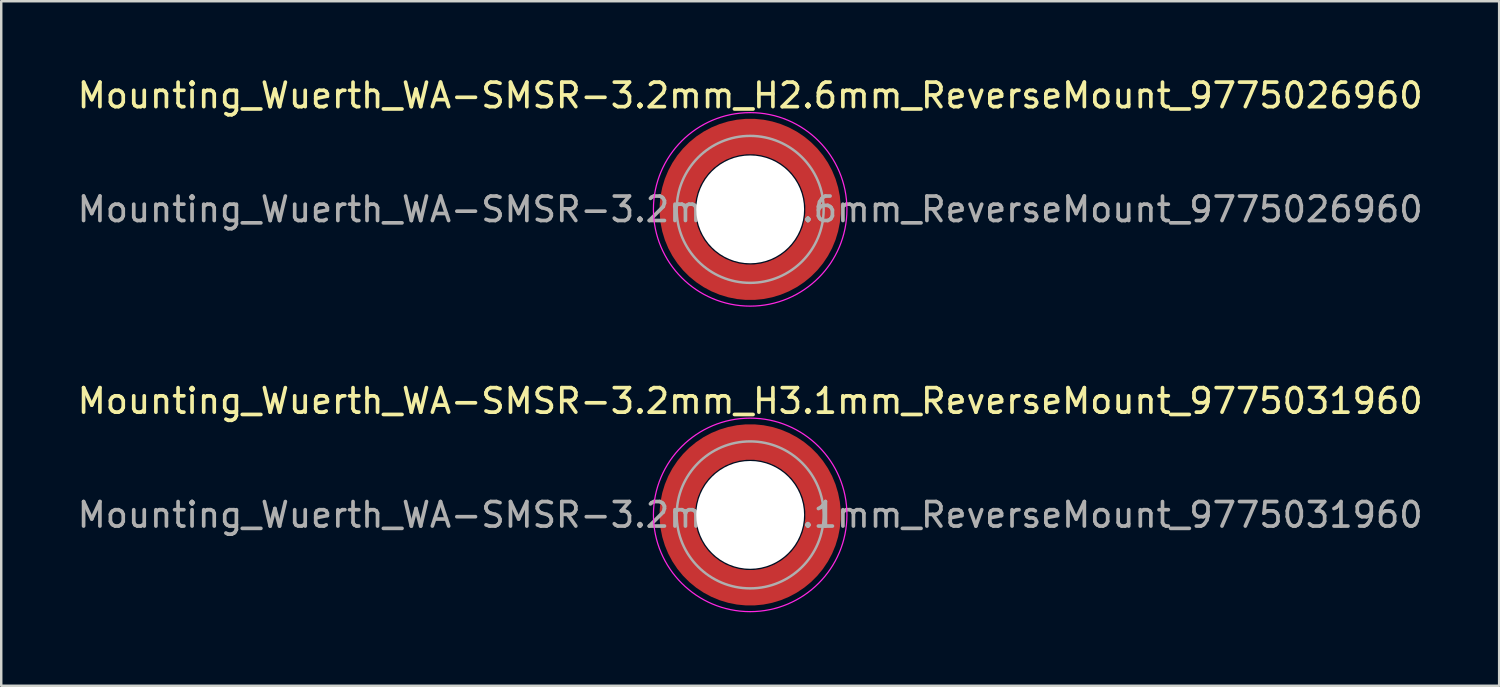
<source format=kicad_pcb>
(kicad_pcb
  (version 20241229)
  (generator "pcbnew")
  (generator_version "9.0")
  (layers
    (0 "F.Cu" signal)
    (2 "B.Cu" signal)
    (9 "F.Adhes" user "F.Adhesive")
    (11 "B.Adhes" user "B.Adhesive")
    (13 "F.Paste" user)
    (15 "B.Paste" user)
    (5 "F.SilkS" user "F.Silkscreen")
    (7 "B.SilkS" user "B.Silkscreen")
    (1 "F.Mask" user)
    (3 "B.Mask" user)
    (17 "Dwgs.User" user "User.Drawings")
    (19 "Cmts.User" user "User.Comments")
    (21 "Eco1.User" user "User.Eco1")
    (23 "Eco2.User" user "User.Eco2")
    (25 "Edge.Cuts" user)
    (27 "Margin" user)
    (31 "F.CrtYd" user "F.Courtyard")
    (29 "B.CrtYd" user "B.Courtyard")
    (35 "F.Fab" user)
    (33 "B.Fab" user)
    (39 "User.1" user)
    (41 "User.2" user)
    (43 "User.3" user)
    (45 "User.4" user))
  (footprint "Mounting_Wuerth_WA-SMSR-3.2mm_H2.6mm_ReverseMount_9775026960"
    (layer "F.Cu")
    (at 27.577 5.498)
    (property "Reference" "Mounting_Wuerth_WA-SMSR-3.2mm_H2.6mm_ReverseMount_9775026960" (at 0 -4.65 0) (layer "F.SilkS") (effects (font (size 1 1) (thickness 0.15))))
    (attr smd allow_soldermask_bridges)
    (fp_circle (center 0 0) (end 3.95 0) (stroke (width 0.05) (type solid)) (fill no) (layer "F.CrtYd"))
    (fp_circle (center 0 0) (end 3 0) (stroke (width 0.1) (type solid)) (fill no) (layer "F.Fab"))
    (fp_text user "${REFERENCE}" (at 0 0 0) (layer "F.Fab") (effects (font (size 1 1) (thickness 0.15))))
    (pad "" smd custom (at -2.095 -2.095) (size 0.672 0.672) (layers "F.Paste") (options (anchor circle)) (primitives (gr_arc (start -0.24231 1.594804) (mid 0.404819 0.404819) (end 1.594804 -0.24231) (width 0.2)) (gr_arc (start -0.3398 1.594804) (mid 0.337349 0.337349) (end 1.594804 -0.3398) (width 0.2)) (gr_arc (start -0.437132 1.594804) (mid 0.269879 0.269879) (end 1.594804 -0.437132) (width 0.2)) (gr_arc (start -0.534324 1.594804) (mid 0.202409 0.202409) (end 1.594804 -0.534324) (width 0.2)) (gr_arc (start -0.631391 1.594804) (mid 0.13494 0.13494) (end 1.594804 -0.631391) (width 0.2)) (gr_arc (start -0.728345 1.594804) (mid 0.06747 0.06747) (end 1.594804 -0.728345) (width 0.2)) (gr_arc (start -0.825197 1.594804) (mid 0 0) (end 1.594804 -0.825197) (width 0.2)) (gr_arc (start -0.921958 1.594804) (mid -0.06747 -0.06747) (end 1.594804 -0.921958) (width 0.2)) (gr_arc (start -1.018637 1.594804) (mid -0.13494 -0.13494) (end 1.594804 -1.018637) (width 0.2)) (gr_arc (start -1.115239 1.594804) (mid -0.202409 -0.202409) (end 1.594804 -1.115239) (width 0.2)) (gr_arc (start -1.211773 1.594804) (mid -0.269879 -0.269879) (end 1.594804 -1.211773) (width 0.2)) (gr_arc (start -1.308244 1.594804) (mid -0.337349 -0.337349) (end 1.594804 -1.308244) (width 0.2)) (gr_arc (start -1.404657 1.594804) (mid -0.404819 -0.404819) (end 1.594804 -1.404657) (width 0.2)) (gr_arc (start -1.404657 1.594804) (mid -0.404819 -0.404819) (end 1.594804 -1.404657) (width 0.2)) (gr_line (start 1.595 -0.242) (end 1.595 -1.405) (width 0.2)) (gr_line (start -0.242 1.595) (end -1.405 1.595) (width 0.2))))
    (pad "" smd custom (at -2.095 2.095) (size 0.672 0.672) (layers "F.Paste") (options (anchor circle)) (primitives (gr_arc (start 1.594804 0.24231) (mid 0.404819 -0.404819) (end -0.24231 -1.594804) (width 0.2)) (gr_arc (start 1.594804 0.3398) (mid 0.337349 -0.337349) (end -0.3398 -1.594804) (width 0.2)) (gr_arc (start 1.594804 0.437132) (mid 0.269879 -0.269879) (end -0.437132 -1.594804) (width 0.2)) (gr_arc (start 1.594804 0.534324) (mid 0.202409 -0.202409) (end -0.534324 -1.594804) (width 0.2)) (gr_arc (start 1.594804 0.631391) (mid 0.13494 -0.13494) (end -0.631391 -1.594804) (width 0.2)) (gr_arc (start 1.594804 0.728345) (mid 0.06747 -0.06747) (end -0.728345 -1.594804) (width 0.2)) (gr_arc (start 1.594804 0.825197) (mid 0 0) (end -0.825197 -1.594804) (width 0.2)) (gr_arc (start 1.594804 0.921958) (mid -0.06747 0.06747) (end -0.921958 -1.594804) (width 0.2)) (gr_arc (start 1.594804 1.018637) (mid -0.13494 0.13494) (end -1.018637 -1.594804) (width 0.2)) (gr_arc (start 1.594804 1.115239) (mid -0.202409 0.202409) (end -1.115239 -1.594804) (width 0.2)) (gr_arc (start 1.594804 1.211773) (mid -0.269879 0.269879) (end -1.211773 -1.594804) (width 0.2)) (gr_arc (start 1.594804 1.308244) (mid -0.337349 0.337349) (end -1.308244 -1.594804) (width 0.2)) (gr_arc (start 1.594804 1.404657) (mid -0.404819 0.404819) (end -1.404657 -1.594804) (width 0.2)) (gr_arc (start 1.594804 1.404657) (mid -0.404819 0.404819) (end -1.404657 -1.594804) (width 0.2)) (gr_line (start -0.242 -1.595) (end -1.405 -1.595) (width 0.2)) (gr_line (start 1.595 0.242) (end 1.595 1.405) (width 0.2))))
    (pad "" np_thru_hole circle (at 0 0) (size 4.4 4.4) (drill 4.4) (layers "*.Cu" "*.Mask"))
    (pad "" smd custom (at 2.095 -2.095) (size 0.672 0.672) (layers "F.Paste") (options (anchor circle)) (primitives (gr_arc (start -1.594804 -0.24231) (mid -0.404819 0.404819) (end 0.24231 1.594804) (width 0.2)) (gr_arc (start -1.594804 -0.3398) (mid -0.337349 0.337349) (end 0.3398 1.594804) (width 0.2)) (gr_arc (start -1.594804 -0.437132) (mid -0.269879 0.269879) (end 0.437132 1.594804) (width 0.2)) (gr_arc (start -1.594804 -0.534324) (mid -0.202409 0.202409) (end 0.534324 1.594804) (width 0.2)) (gr_arc (start -1.594804 -0.631391) (mid -0.13494 0.13494) (end 0.631391 1.594804) (width 0.2)) (gr_arc (start -1.594804 -0.728345) (mid -0.06747 0.06747) (end 0.728345 1.594804) (width 0.2)) (gr_arc (start -1.594804 -0.825197) (mid 0 0) (end 0.825197 1.594804) (width 0.2)) (gr_arc (start -1.594804 -0.921958) (mid 0.06747 -0.06747) (end 0.921958 1.594804) (width 0.2)) (gr_arc (start -1.594804 -1.018637) (mid 0.13494 -0.13494) (end 1.018637 1.594804) (width 0.2)) (gr_arc (start -1.594804 -1.115239) (mid 0.202409 -0.202409) (end 1.115239 1.594804) (width 0.2)) (gr_arc (start -1.594804 -1.211773) (mid 0.269879 -0.269879) (end 1.211773 1.594804) (width 0.2)) (gr_arc (start -1.594804 -1.308244) (mid 0.337349 -0.337349) (end 1.308244 1.594804) (width 0.2)) (gr_arc (start -1.594804 -1.404657) (mid 0.404819 -0.404819) (end 1.404657 1.594804) (width 0.2)) (gr_arc (start -1.594804 -1.404657) (mid 0.404819 -0.404819) (end 1.404657 1.594804) (width 0.2)) (gr_line (start 0.242 1.595) (end 1.405 1.595) (width 0.2)) (gr_line (start -1.595 -0.242) (end -1.595 -1.405) (width 0.2))))
    (pad "" smd custom (at 2.095 2.095) (size 0.672 0.672) (layers "F.Paste") (options (anchor circle)) (primitives (gr_arc (start 0.24231 -1.594804) (mid -0.404819 -0.404819) (end -1.594804 0.24231) (width 0.2)) (gr_arc (start 0.3398 -1.594804) (mid -0.337349 -0.337349) (end -1.594804 0.3398) (width 0.2)) (gr_arc (start 0.437132 -1.594804) (mid -0.269879 -0.269879) (end -1.594804 0.437132) (width 0.2)) (gr_arc (start 0.534324 -1.594804) (mid -0.202409 -0.202409) (end -1.594804 0.534324) (width 0.2)) (gr_arc (start 0.631391 -1.594804) (mid -0.13494 -0.13494) (end -1.594804 0.631391) (width 0.2)) (gr_arc (start 0.728345 -1.594804) (mid -0.06747 -0.06747) (end -1.594804 0.728345) (width 0.2)) (gr_arc (start 0.825197 -1.594804) (mid 0 0) (end -1.594804 0.825197) (width 0.2)) (gr_arc (start 0.921958 -1.594804) (mid 0.06747 0.06747) (end -1.594804 0.921958) (width 0.2)) (gr_arc (start 1.018637 -1.594804) (mid 0.13494 0.13494) (end -1.594804 1.018637) (width 0.2)) (gr_arc (start 1.115239 -1.594804) (mid 0.202409 0.202409) (end -1.594804 1.115239) (width 0.2)) (gr_arc (start 1.211773 -1.594804) (mid 0.269879 0.269879) (end -1.594804 1.211773) (width 0.2)) (gr_arc (start 1.308244 -1.594804) (mid 0.337349 0.337349) (end -1.594804 1.308244) (width 0.2)) (gr_arc (start 1.404657 -1.594804) (mid 0.404819 0.404819) (end -1.594804 1.404657) (width 0.2)) (gr_arc (start 1.404657 -1.594804) (mid 0.404819 0.404819) (end -1.594804 1.404657) (width 0.2)) (gr_line (start -1.595 0.242) (end -1.595 1.405) (width 0.2)) (gr_line (start 0.242 -1.595) (end 1.405 -1.595) (width 0.2))))
    (pad "1" smd circle (at -2.975 0) (size 0.942 0.942) (layers "F.Cu"))
    (pad "1" smd circle (at 0 -2.975) (size 0.942 0.942) (layers "F.Cu"))
    (pad "1" smd circle (at 0 2.975) (size 0.942 0.942) (layers "F.Cu"))
    (pad "1" smd custom (at 2.975 0) (size 1.45 1.45) (layers "F.Cu" "F.Mask") (options (anchor circle)) (primitives (gr_circle (center -2.975 0) (end 0 0) (width 1.45) (fill no)))))
  (footprint "Mounting_Wuerth_WA-SMSR-3.2mm_H3.1mm_ReverseMount_9775031960"
    (layer "F.Cu")
    (at 27.577 17.971)
    (property "Reference" "Mounting_Wuerth_WA-SMSR-3.2mm_H3.1mm_ReverseMount_9775031960" (at 0 -4.65 0) (layer "F.SilkS") (effects (font (size 1 1) (thickness 0.15))))
    (attr smd allow_soldermask_bridges)
    (fp_circle (center 0 0) (end 3.95 0) (stroke (width 0.05) (type solid)) (fill no) (layer "F.CrtYd"))
    (fp_circle (center 0 0) (end 3 0) (stroke (width 0.1) (type solid)) (fill no) (layer "F.Fab"))
    (fp_text user "${REFERENCE}" (at 0 0 0) (layer "F.Fab") (effects (font (size 1 1) (thickness 0.15))))
    (pad "" smd custom (at -2.095 -2.095) (size 0.672 0.672) (layers "F.Paste") (options (anchor circle)) (primitives (gr_arc (start -0.24231 1.594804) (mid 0.404819 0.404819) (end 1.594804 -0.24231) (width 0.2)) (gr_arc (start -0.3398 1.594804) (mid 0.337349 0.337349) (end 1.594804 -0.3398) (width 0.2)) (gr_arc (start -0.437132 1.594804) (mid 0.269879 0.269879) (end 1.594804 -0.437132) (width 0.2)) (gr_arc (start -0.534324 1.594804) (mid 0.202409 0.202409) (end 1.594804 -0.534324) (width 0.2)) (gr_arc (start -0.631391 1.594804) (mid 0.13494 0.13494) (end 1.594804 -0.631391) (width 0.2)) (gr_arc (start -0.728345 1.594804) (mid 0.06747 0.06747) (end 1.594804 -0.728345) (width 0.2)) (gr_arc (start -0.825197 1.594804) (mid 0 0) (end 1.594804 -0.825197) (width 0.2)) (gr_arc (start -0.921958 1.594804) (mid -0.06747 -0.06747) (end 1.594804 -0.921958) (width 0.2)) (gr_arc (start -1.018637 1.594804) (mid -0.13494 -0.13494) (end 1.594804 -1.018637) (width 0.2)) (gr_arc (start -1.115239 1.594804) (mid -0.202409 -0.202409) (end 1.594804 -1.115239) (width 0.2)) (gr_arc (start -1.211773 1.594804) (mid -0.269879 -0.269879) (end 1.594804 -1.211773) (width 0.2)) (gr_arc (start -1.308244 1.594804) (mid -0.337349 -0.337349) (end 1.594804 -1.308244) (width 0.2)) (gr_arc (start -1.404657 1.594804) (mid -0.404819 -0.404819) (end 1.594804 -1.404657) (width 0.2)) (gr_arc (start -1.404657 1.594804) (mid -0.404819 -0.404819) (end 1.594804 -1.404657) (width 0.2)) (gr_line (start 1.595 -0.242) (end 1.595 -1.405) (width 0.2)) (gr_line (start -0.242 1.595) (end -1.405 1.595) (width 0.2))))
    (pad "" smd custom (at -2.095 2.095) (size 0.672 0.672) (layers "F.Paste") (options (anchor circle)) (primitives (gr_arc (start 1.594804 0.24231) (mid 0.404819 -0.404819) (end -0.24231 -1.594804) (width 0.2)) (gr_arc (start 1.594804 0.3398) (mid 0.337349 -0.337349) (end -0.3398 -1.594804) (width 0.2)) (gr_arc (start 1.594804 0.437132) (mid 0.269879 -0.269879) (end -0.437132 -1.594804) (width 0.2)) (gr_arc (start 1.594804 0.534324) (mid 0.202409 -0.202409) (end -0.534324 -1.594804) (width 0.2)) (gr_arc (start 1.594804 0.631391) (mid 0.13494 -0.13494) (end -0.631391 -1.594804) (width 0.2)) (gr_arc (start 1.594804 0.728345) (mid 0.06747 -0.06747) (end -0.728345 -1.594804) (width 0.2)) (gr_arc (start 1.594804 0.825197) (mid 0 0) (end -0.825197 -1.594804) (width 0.2)) (gr_arc (start 1.594804 0.921958) (mid -0.06747 0.06747) (end -0.921958 -1.594804) (width 0.2)) (gr_arc (start 1.594804 1.018637) (mid -0.13494 0.13494) (end -1.018637 -1.594804) (width 0.2)) (gr_arc (start 1.594804 1.115239) (mid -0.202409 0.202409) (end -1.115239 -1.594804) (width 0.2)) (gr_arc (start 1.594804 1.211773) (mid -0.269879 0.269879) (end -1.211773 -1.594804) (width 0.2)) (gr_arc (start 1.594804 1.308244) (mid -0.337349 0.337349) (end -1.308244 -1.594804) (width 0.2)) (gr_arc (start 1.594804 1.404657) (mid -0.404819 0.404819) (end -1.404657 -1.594804) (width 0.2)) (gr_arc (start 1.594804 1.404657) (mid -0.404819 0.404819) (end -1.404657 -1.594804) (width 0.2)) (gr_line (start -0.242 -1.595) (end -1.405 -1.595) (width 0.2)) (gr_line (start 1.595 0.242) (end 1.595 1.405) (width 0.2))))
    (pad "" np_thru_hole circle (at 0 0) (size 4.4 4.4) (drill 4.4) (layers "*.Cu" "*.Mask"))
    (pad "" smd custom (at 2.095 -2.095) (size 0.672 0.672) (layers "F.Paste") (options (anchor circle)) (primitives (gr_arc (start -1.594804 -0.24231) (mid -0.404819 0.404819) (end 0.24231 1.594804) (width 0.2)) (gr_arc (start -1.594804 -0.3398) (mid -0.337349 0.337349) (end 0.3398 1.594804) (width 0.2)) (gr_arc (start -1.594804 -0.437132) (mid -0.269879 0.269879) (end 0.437132 1.594804) (width 0.2)) (gr_arc (start -1.594804 -0.534324) (mid -0.202409 0.202409) (end 0.534324 1.594804) (width 0.2)) (gr_arc (start -1.594804 -0.631391) (mid -0.13494 0.13494) (end 0.631391 1.594804) (width 0.2)) (gr_arc (start -1.594804 -0.728345) (mid -0.06747 0.06747) (end 0.728345 1.594804) (width 0.2)) (gr_arc (start -1.594804 -0.825197) (mid 0 0) (end 0.825197 1.594804) (width 0.2)) (gr_arc (start -1.594804 -0.921958) (mid 0.06747 -0.06747) (end 0.921958 1.594804) (width 0.2)) (gr_arc (start -1.594804 -1.018637) (mid 0.13494 -0.13494) (end 1.018637 1.594804) (width 0.2)) (gr_arc (start -1.594804 -1.115239) (mid 0.202409 -0.202409) (end 1.115239 1.594804) (width 0.2)) (gr_arc (start -1.594804 -1.211773) (mid 0.269879 -0.269879) (end 1.211773 1.594804) (width 0.2)) (gr_arc (start -1.594804 -1.308244) (mid 0.337349 -0.337349) (end 1.308244 1.594804) (width 0.2)) (gr_arc (start -1.594804 -1.404657) (mid 0.404819 -0.404819) (end 1.404657 1.594804) (width 0.2)) (gr_arc (start -1.594804 -1.404657) (mid 0.404819 -0.404819) (end 1.404657 1.594804) (width 0.2)) (gr_line (start 0.242 1.595) (end 1.405 1.595) (width 0.2)) (gr_line (start -1.595 -0.242) (end -1.595 -1.405) (width 0.2))))
    (pad "" smd custom (at 2.095 2.095) (size 0.672 0.672) (layers "F.Paste") (options (anchor circle)) (primitives (gr_arc (start 0.24231 -1.594804) (mid -0.404819 -0.404819) (end -1.594804 0.24231) (width 0.2)) (gr_arc (start 0.3398 -1.594804) (mid -0.337349 -0.337349) (end -1.594804 0.3398) (width 0.2)) (gr_arc (start 0.437132 -1.594804) (mid -0.269879 -0.269879) (end -1.594804 0.437132) (width 0.2)) (gr_arc (start 0.534324 -1.594804) (mid -0.202409 -0.202409) (end -1.594804 0.534324) (width 0.2)) (gr_arc (start 0.631391 -1.594804) (mid -0.13494 -0.13494) (end -1.594804 0.631391) (width 0.2)) (gr_arc (start 0.728345 -1.594804) (mid -0.06747 -0.06747) (end -1.594804 0.728345) (width 0.2)) (gr_arc (start 0.825197 -1.594804) (mid 0 0) (end -1.594804 0.825197) (width 0.2)) (gr_arc (start 0.921958 -1.594804) (mid 0.06747 0.06747) (end -1.594804 0.921958) (width 0.2)) (gr_arc (start 1.018637 -1.594804) (mid 0.13494 0.13494) (end -1.594804 1.018637) (width 0.2)) (gr_arc (start 1.115239 -1.594804) (mid 0.202409 0.202409) (end -1.594804 1.115239) (width 0.2)) (gr_arc (start 1.211773 -1.594804) (mid 0.269879 0.269879) (end -1.594804 1.211773) (width 0.2)) (gr_arc (start 1.308244 -1.594804) (mid 0.337349 0.337349) (end -1.594804 1.308244) (width 0.2)) (gr_arc (start 1.404657 -1.594804) (mid 0.404819 0.404819) (end -1.594804 1.404657) (width 0.2)) (gr_arc (start 1.404657 -1.594804) (mid 0.404819 0.404819) (end -1.594804 1.404657) (width 0.2)) (gr_line (start -1.595 0.242) (end -1.595 1.405) (width 0.2)) (gr_line (start 0.242 -1.595) (end 1.405 -1.595) (width 0.2))))
    (pad "1" smd circle (at -2.975 0) (size 0.942 0.942) (layers "F.Cu"))
    (pad "1" smd circle (at 0 -2.975) (size 0.942 0.942) (layers "F.Cu"))
    (pad "1" smd circle (at 0 2.975) (size 0.942 0.942) (layers "F.Cu"))
    (pad "1" smd custom (at 2.975 0) (size 1.45 1.45) (layers "F.Cu" "F.Mask") (options (anchor circle)) (primitives (gr_circle (center -2.975 0) (end 0 0) (width 1.45) (fill no)))))
  (gr_rect
    (start -3 -3)
    (end 58.155 24.947)
    (stroke (width 0.1) (type default))
    (fill no)
    (layer "Edge.Cuts")))
</source>
